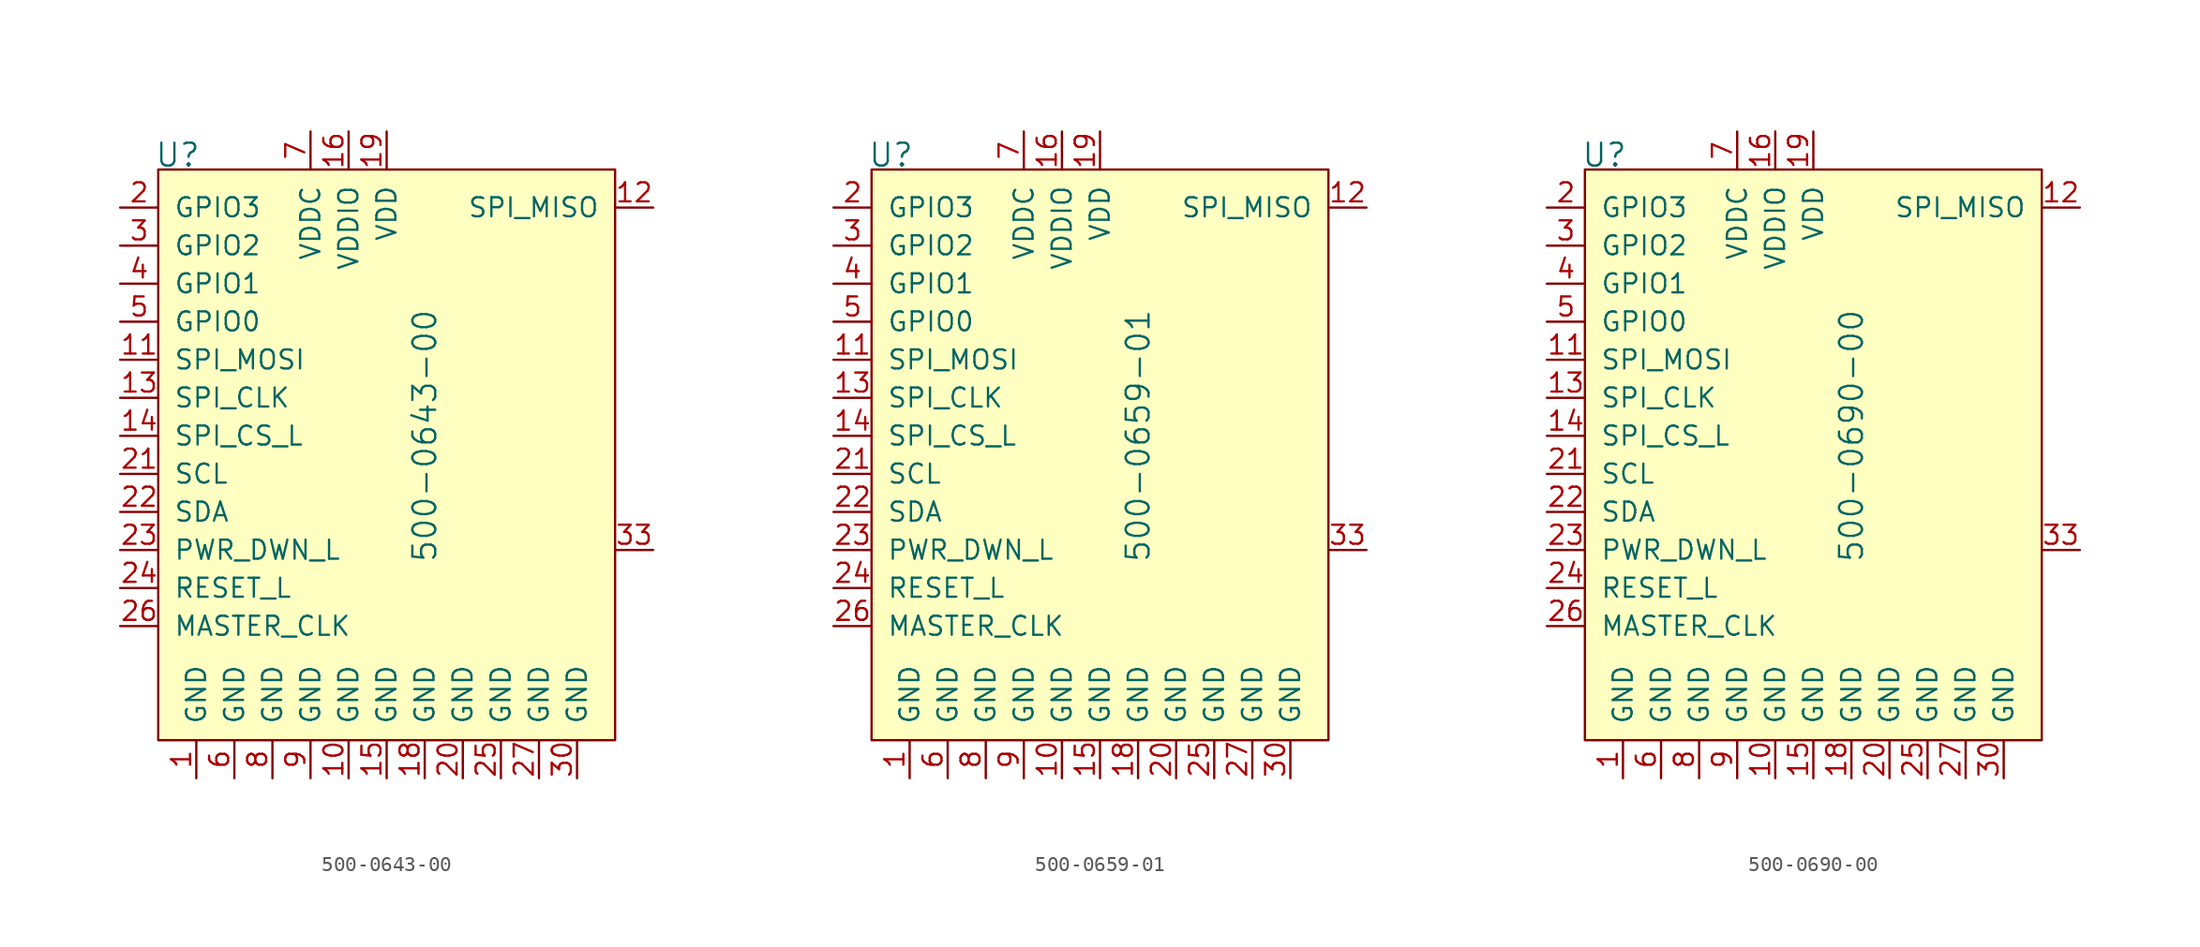
<source format=kicad_sym>
(kicad_symbol_lib
  (version 20220914)
  (generator kicad_symbol_editor)
  (symbol "500-0643-00"
    (pin_names
      (offset 1.016))
    (property "Reference" "U"
      (at -12.954 13.665 0)
      (effects (font (size 1.524 1.524)) (justify left)))
    (property "Value" "500-0643-00"
      (at 5.08 -5.08 90)
      (effects (font (size 1.524 1.524))))
    (symbol "500-0643-00_0_1"
      (rectangle (start -12.7 12.7) (end 17.78 -25.4) (stroke (width 0) (type default)) (fill (type background))))
    (symbol "500-0643-00_1_1"
      (pin power_in line (at -10.16 -27.94 90) (length 2.54) (name "GND" (effects (font (size 1.27 1.27)))) (number "1" (effects (font (size 1.27 1.27)))))
      (pin power_in line (at 0 -27.94 90) (length 2.54) (name "GND" (effects (font (size 1.27 1.27)))) (number "10" (effects (font (size 1.27 1.27)))))
      (pin input line (at -15.24 0 0) (length 2.54) (name "SPI_MOSI" (effects (font (size 1.27 1.27)))) (number "11" (effects (font (size 1.27 1.27)))))
      (pin output line (at 20.32 10.16 180) (length 2.54) (name "SPI_MISO" (effects (font (size 1.27 1.27)))) (number "12" (effects (font (size 1.27 1.27)))))
      (pin input line (at -15.24 -2.54 0) (length 2.54) (name "SPI_CLK" (effects (font (size 1.27 1.27)))) (number "13" (effects (font (size 1.27 1.27)))))
      (pin input line (at -15.24 -5.08 0) (length 2.54) (name "SPI_CS_L" (effects (font (size 1.27 1.27)))) (number "14" (effects (font (size 1.27 1.27)))))
      (pin power_in line (at 2.54 -27.94 90) (length 2.54) (name "GND" (effects (font (size 1.27 1.27)))) (number "15" (effects (font (size 1.27 1.27)))))
      (pin power_in line (at 0 15.24 270) (length 2.54) (name "VDDIO" (effects (font (size 1.27 1.27)))) (number "16" (effects (font (size 1.27 1.27)))))
      (pin no_connect line (at 17.78 -7.62 180) (length 2.54) hide (name "NC" (effects (font (size 1.27 1.27)))) (number "17" (effects (font (size 1.27 1.27)))))
      (pin power_in line (at 5.08 -27.94 90) (length 2.54) (name "GND" (effects (font (size 1.27 1.27)))) (number "18" (effects (font (size 1.27 1.27)))))
      (pin power_in line (at 2.54 15.24 270) (length 2.54) (name "VDD" (effects (font (size 1.27 1.27)))) (number "19" (effects (font (size 1.27 1.27)))))
      (pin bidirectional line (at -15.24 10.16 0) (length 2.54) (name "GPIO3" (effects (font (size 1.27 1.27)))) (number "2" (effects (font (size 1.27 1.27)))))
      (pin power_in line (at 7.62 -27.94 90) (length 2.54) (name "GND" (effects (font (size 1.27 1.27)))) (number "20" (effects (font (size 1.27 1.27)))))
      (pin input line (at -15.24 -7.62 0) (length 2.54) (name "SCL" (effects (font (size 1.27 1.27)))) (number "21" (effects (font (size 1.27 1.27)))))
      (pin bidirectional line (at -15.24 -10.16 0) (length 2.54) (name "SDA" (effects (font (size 1.27 1.27)))) (number "22" (effects (font (size 1.27 1.27)))))
      (pin input line (at -15.24 -12.7 0) (length 2.54) (name "PWR_DWN_L" (effects (font (size 1.27 1.27)))) (number "23" (effects (font (size 1.27 1.27)))))
      (pin input line (at -15.24 -15.24 0) (length 2.54) (name "RESET_L" (effects (font (size 1.27 1.27)))) (number "24" (effects (font (size 1.27 1.27)))))
      (pin power_in line (at 10.16 -27.94 90) (length 2.54) (name "GND" (effects (font (size 1.27 1.27)))) (number "25" (effects (font (size 1.27 1.27)))))
      (pin input line (at -15.24 -17.78 0) (length 2.54) (name "MASTER_CLK" (effects (font (size 1.27 1.27)))) (number "26" (effects (font (size 1.27 1.27)))))
      (pin power_in line (at 12.7 -27.94 90) (length 2.54) (name "GND" (effects (font (size 1.27 1.27)))) (number "27" (effects (font (size 1.27 1.27)))))
      (pin no_connect line (at 17.78 5.08 180) (length 2.54) hide (name "RES" (effects (font (size 1.27 1.27)))) (number "28" (effects (font (size 1.27 1.27)))))
      (pin no_connect line (at 17.78 2.54 180) (length 2.54) hide (name "RES" (effects (font (size 1.27 1.27)))) (number "29" (effects (font (size 1.27 1.27)))))
      (pin bidirectional line (at -15.24 7.62 0) (length 2.54) (name "GPIO2" (effects (font (size 1.27 1.27)))) (number "3" (effects (font (size 1.27 1.27)))))
      (pin power_in line (at 15.24 -27.94 90) (length 2.54) (name "GND" (effects (font (size 1.27 1.27)))) (number "30" (effects (font (size 1.27 1.27)))))
      (pin no_connect line (at 17.78 0 180) (length 2.54) hide (name "RES" (effects (font (size 1.27 1.27)))) (number "31" (effects (font (size 1.27 1.27)))))
      (pin no_connect line (at 17.78 -2.54 180) (length 2.54) hide (name "RES" (effects (font (size 1.27 1.27)))) (number "32" (effects (font (size 1.27 1.27)))))
      (pin unspecified line (at 20.32 -12.7 180) (length 2.54) (name "~" (effects (font (size 1.27 1.27)))) (number "33" (effects (font (size 1.27 1.27)))))
      (pin bidirectional line (at -15.24 5.08 0) (length 2.54) (name "GPIO1" (effects (font (size 1.27 1.27)))) (number "4" (effects (font (size 1.27 1.27)))))
      (pin bidirectional line (at -15.24 2.54 0) (length 2.54) (name "GPIO0" (effects (font (size 1.27 1.27)))) (number "5" (effects (font (size 1.27 1.27)))))
      (pin power_in line (at -7.62 -27.94 90) (length 2.54) (name "GND" (effects (font (size 1.27 1.27)))) (number "6" (effects (font (size 1.27 1.27)))))
      (pin power_in line (at -2.54 15.24 270) (length 2.54) (name "VDDC" (effects (font (size 1.27 1.27)))) (number "7" (effects (font (size 1.27 1.27)))))
      (pin power_in line (at -5.08 -27.94 90) (length 2.54) (name "GND" (effects (font (size 1.27 1.27)))) (number "8" (effects (font (size 1.27 1.27)))))
      (pin power_in line (at -2.54 -27.94 90) (length 2.54) (name "GND" (effects (font (size 1.27 1.27)))) (number "9" (effects (font (size 1.27 1.27)))))))
  (symbol "500-0659-01"
    (pin_names
      (offset 1.016))
    (property "Reference" "U"
      (at -12.954 13.665 0)
      (effects (font (size 1.524 1.524)) (justify left)))
    (property "Value" "500-0659-01"
      (at 5.08 -5.08 90)
      (effects (font (size 1.524 1.524))))
    (symbol "500-0659-01_0_1"
      (rectangle (start -12.7 12.7) (end 17.78 -25.4) (stroke (width 0) (type default)) (fill (type background))))
    (symbol "500-0659-01_1_1"
      (pin power_in line (at -10.16 -27.94 90) (length 2.54) (name "GND" (effects (font (size 1.27 1.27)))) (number "1" (effects (font (size 1.27 1.27)))))
      (pin power_in line (at 0 -27.94 90) (length 2.54) (name "GND" (effects (font (size 1.27 1.27)))) (number "10" (effects (font (size 1.27 1.27)))))
      (pin input line (at -15.24 0 0) (length 2.54) (name "SPI_MOSI" (effects (font (size 1.27 1.27)))) (number "11" (effects (font (size 1.27 1.27)))))
      (pin output line (at 20.32 10.16 180) (length 2.54) (name "SPI_MISO" (effects (font (size 1.27 1.27)))) (number "12" (effects (font (size 1.27 1.27)))))
      (pin input line (at -15.24 -2.54 0) (length 2.54) (name "SPI_CLK" (effects (font (size 1.27 1.27)))) (number "13" (effects (font (size 1.27 1.27)))))
      (pin input line (at -15.24 -5.08 0) (length 2.54) (name "SPI_CS_L" (effects (font (size 1.27 1.27)))) (number "14" (effects (font (size 1.27 1.27)))))
      (pin power_in line (at 2.54 -27.94 90) (length 2.54) (name "GND" (effects (font (size 1.27 1.27)))) (number "15" (effects (font (size 1.27 1.27)))))
      (pin power_in line (at 0 15.24 270) (length 2.54) (name "VDDIO" (effects (font (size 1.27 1.27)))) (number "16" (effects (font (size 1.27 1.27)))))
      (pin no_connect line (at 17.78 -7.62 180) (length 2.54) hide (name "NC" (effects (font (size 1.27 1.27)))) (number "17" (effects (font (size 1.27 1.27)))))
      (pin power_in line (at 5.08 -27.94 90) (length 2.54) (name "GND" (effects (font (size 1.27 1.27)))) (number "18" (effects (font (size 1.27 1.27)))))
      (pin power_in line (at 2.54 15.24 270) (length 2.54) (name "VDD" (effects (font (size 1.27 1.27)))) (number "19" (effects (font (size 1.27 1.27)))))
      (pin bidirectional line (at -15.24 10.16 0) (length 2.54) (name "GPIO3" (effects (font (size 1.27 1.27)))) (number "2" (effects (font (size 1.27 1.27)))))
      (pin power_in line (at 7.62 -27.94 90) (length 2.54) (name "GND" (effects (font (size 1.27 1.27)))) (number "20" (effects (font (size 1.27 1.27)))))
      (pin input line (at -15.24 -7.62 0) (length 2.54) (name "SCL" (effects (font (size 1.27 1.27)))) (number "21" (effects (font (size 1.27 1.27)))))
      (pin bidirectional line (at -15.24 -10.16 0) (length 2.54) (name "SDA" (effects (font (size 1.27 1.27)))) (number "22" (effects (font (size 1.27 1.27)))))
      (pin input line (at -15.24 -12.7 0) (length 2.54) (name "PWR_DWN_L" (effects (font (size 1.27 1.27)))) (number "23" (effects (font (size 1.27 1.27)))))
      (pin input line (at -15.24 -15.24 0) (length 2.54) (name "RESET_L" (effects (font (size 1.27 1.27)))) (number "24" (effects (font (size 1.27 1.27)))))
      (pin power_in line (at 10.16 -27.94 90) (length 2.54) (name "GND" (effects (font (size 1.27 1.27)))) (number "25" (effects (font (size 1.27 1.27)))))
      (pin input line (at -15.24 -17.78 0) (length 2.54) (name "MASTER_CLK" (effects (font (size 1.27 1.27)))) (number "26" (effects (font (size 1.27 1.27)))))
      (pin power_in line (at 12.7 -27.94 90) (length 2.54) (name "GND" (effects (font (size 1.27 1.27)))) (number "27" (effects (font (size 1.27 1.27)))))
      (pin no_connect line (at 17.78 5.08 180) (length 2.54) hide (name "RES" (effects (font (size 1.27 1.27)))) (number "28" (effects (font (size 1.27 1.27)))))
      (pin no_connect line (at 17.78 2.54 180) (length 2.54) hide (name "RES" (effects (font (size 1.27 1.27)))) (number "29" (effects (font (size 1.27 1.27)))))
      (pin bidirectional line (at -15.24 7.62 0) (length 2.54) (name "GPIO2" (effects (font (size 1.27 1.27)))) (number "3" (effects (font (size 1.27 1.27)))))
      (pin power_in line (at 15.24 -27.94 90) (length 2.54) (name "GND" (effects (font (size 1.27 1.27)))) (number "30" (effects (font (size 1.27 1.27)))))
      (pin no_connect line (at 17.78 0 180) (length 2.54) hide (name "RES" (effects (font (size 1.27 1.27)))) (number "31" (effects (font (size 1.27 1.27)))))
      (pin no_connect line (at 17.78 -2.54 180) (length 2.54) hide (name "RES" (effects (font (size 1.27 1.27)))) (number "32" (effects (font (size 1.27 1.27)))))
      (pin unspecified line (at 20.32 -12.7 180) (length 2.54) (name "~" (effects (font (size 1.27 1.27)))) (number "33" (effects (font (size 1.27 1.27)))))
      (pin bidirectional line (at -15.24 5.08 0) (length 2.54) (name "GPIO1" (effects (font (size 1.27 1.27)))) (number "4" (effects (font (size 1.27 1.27)))))
      (pin bidirectional line (at -15.24 2.54 0) (length 2.54) (name "GPIO0" (effects (font (size 1.27 1.27)))) (number "5" (effects (font (size 1.27 1.27)))))
      (pin power_in line (at -7.62 -27.94 90) (length 2.54) (name "GND" (effects (font (size 1.27 1.27)))) (number "6" (effects (font (size 1.27 1.27)))))
      (pin power_in line (at -2.54 15.24 270) (length 2.54) (name "VDDC" (effects (font (size 1.27 1.27)))) (number "7" (effects (font (size 1.27 1.27)))))
      (pin power_in line (at -5.08 -27.94 90) (length 2.54) (name "GND" (effects (font (size 1.27 1.27)))) (number "8" (effects (font (size 1.27 1.27)))))
      (pin power_in line (at -2.54 -27.94 90) (length 2.54) (name "GND" (effects (font (size 1.27 1.27)))) (number "9" (effects (font (size 1.27 1.27)))))))
  (symbol "500-0690-00"
    (pin_names
      (offset 1.016))
    (property "Reference" "U"
      (at -12.954 13.665 0)
      (effects (font (size 1.524 1.524)) (justify left)))
    (property "Value" "500-0690-00"
      (at 5.08 -5.08 90)
      (effects (font (size 1.524 1.524))))
    (symbol "500-0690-00_0_1"
      (rectangle (start -12.7 12.7) (end 17.78 -25.4) (stroke (width 0) (type default)) (fill (type background))))
    (symbol "500-0690-00_1_1"
      (pin power_in line (at -10.16 -27.94 90) (length 2.54) (name "GND" (effects (font (size 1.27 1.27)))) (number "1" (effects (font (size 1.27 1.27)))))
      (pin power_in line (at 0 -27.94 90) (length 2.54) (name "GND" (effects (font (size 1.27 1.27)))) (number "10" (effects (font (size 1.27 1.27)))))
      (pin input line (at -15.24 0 0) (length 2.54) (name "SPI_MOSI" (effects (font (size 1.27 1.27)))) (number "11" (effects (font (size 1.27 1.27)))))
      (pin output line (at 20.32 10.16 180) (length 2.54) (name "SPI_MISO" (effects (font (size 1.27 1.27)))) (number "12" (effects (font (size 1.27 1.27)))))
      (pin input line (at -15.24 -2.54 0) (length 2.54) (name "SPI_CLK" (effects (font (size 1.27 1.27)))) (number "13" (effects (font (size 1.27 1.27)))))
      (pin input line (at -15.24 -5.08 0) (length 2.54) (name "SPI_CS_L" (effects (font (size 1.27 1.27)))) (number "14" (effects (font (size 1.27 1.27)))))
      (pin power_in line (at 2.54 -27.94 90) (length 2.54) (name "GND" (effects (font (size 1.27 1.27)))) (number "15" (effects (font (size 1.27 1.27)))))
      (pin power_in line (at 0 15.24 270) (length 2.54) (name "VDDIO" (effects (font (size 1.27 1.27)))) (number "16" (effects (font (size 1.27 1.27)))))
      (pin no_connect line (at 17.78 -7.62 180) (length 2.54) hide (name "NC" (effects (font (size 1.27 1.27)))) (number "17" (effects (font (size 1.27 1.27)))))
      (pin power_in line (at 5.08 -27.94 90) (length 2.54) (name "GND" (effects (font (size 1.27 1.27)))) (number "18" (effects (font (size 1.27 1.27)))))
      (pin power_in line (at 2.54 15.24 270) (length 2.54) (name "VDD" (effects (font (size 1.27 1.27)))) (number "19" (effects (font (size 1.27 1.27)))))
      (pin bidirectional line (at -15.24 10.16 0) (length 2.54) (name "GPIO3" (effects (font (size 1.27 1.27)))) (number "2" (effects (font (size 1.27 1.27)))))
      (pin power_in line (at 7.62 -27.94 90) (length 2.54) (name "GND" (effects (font (size 1.27 1.27)))) (number "20" (effects (font (size 1.27 1.27)))))
      (pin input line (at -15.24 -7.62 0) (length 2.54) (name "SCL" (effects (font (size 1.27 1.27)))) (number "21" (effects (font (size 1.27 1.27)))))
      (pin bidirectional line (at -15.24 -10.16 0) (length 2.54) (name "SDA" (effects (font (size 1.27 1.27)))) (number "22" (effects (font (size 1.27 1.27)))))
      (pin input line (at -15.24 -12.7 0) (length 2.54) (name "PWR_DWN_L" (effects (font (size 1.27 1.27)))) (number "23" (effects (font (size 1.27 1.27)))))
      (pin input line (at -15.24 -15.24 0) (length 2.54) (name "RESET_L" (effects (font (size 1.27 1.27)))) (number "24" (effects (font (size 1.27 1.27)))))
      (pin power_in line (at 10.16 -27.94 90) (length 2.54) (name "GND" (effects (font (size 1.27 1.27)))) (number "25" (effects (font (size 1.27 1.27)))))
      (pin input line (at -15.24 -17.78 0) (length 2.54) (name "MASTER_CLK" (effects (font (size 1.27 1.27)))) (number "26" (effects (font (size 1.27 1.27)))))
      (pin power_in line (at 12.7 -27.94 90) (length 2.54) (name "GND" (effects (font (size 1.27 1.27)))) (number "27" (effects (font (size 1.27 1.27)))))
      (pin no_connect line (at 17.78 5.08 180) (length 2.54) hide (name "RES" (effects (font (size 1.27 1.27)))) (number "28" (effects (font (size 1.27 1.27)))))
      (pin no_connect line (at 17.78 2.54 180) (length 2.54) hide (name "RES" (effects (font (size 1.27 1.27)))) (number "29" (effects (font (size 1.27 1.27)))))
      (pin bidirectional line (at -15.24 7.62 0) (length 2.54) (name "GPIO2" (effects (font (size 1.27 1.27)))) (number "3" (effects (font (size 1.27 1.27)))))
      (pin power_in line (at 15.24 -27.94 90) (length 2.54) (name "GND" (effects (font (size 1.27 1.27)))) (number "30" (effects (font (size 1.27 1.27)))))
      (pin no_connect line (at 17.78 0 180) (length 2.54) hide (name "RES" (effects (font (size 1.27 1.27)))) (number "31" (effects (font (size 1.27 1.27)))))
      (pin no_connect line (at 17.78 -2.54 180) (length 2.54) hide (name "RES" (effects (font (size 1.27 1.27)))) (number "32" (effects (font (size 1.27 1.27)))))
      (pin unspecified line (at 20.32 -12.7 180) (length 2.54) (name "~" (effects (font (size 1.27 1.27)))) (number "33" (effects (font (size 1.27 1.27)))))
      (pin bidirectional line (at -15.24 5.08 0) (length 2.54) (name "GPIO1" (effects (font (size 1.27 1.27)))) (number "4" (effects (font (size 1.27 1.27)))))
      (pin bidirectional line (at -15.24 2.54 0) (length 2.54) (name "GPIO0" (effects (font (size 1.27 1.27)))) (number "5" (effects (font (size 1.27 1.27)))))
      (pin power_in line (at -7.62 -27.94 90) (length 2.54) (name "GND" (effects (font (size 1.27 1.27)))) (number "6" (effects (font (size 1.27 1.27)))))
      (pin power_in line (at -2.54 15.24 270) (length 2.54) (name "VDDC" (effects (font (size 1.27 1.27)))) (number "7" (effects (font (size 1.27 1.27)))))
      (pin power_in line (at -5.08 -27.94 90) (length 2.54) (name "GND" (effects (font (size 1.27 1.27)))) (number "8" (effects (font (size 1.27 1.27)))))
      (pin power_in line (at -2.54 -27.94 90) (length 2.54) (name "GND" (effects (font (size 1.27 1.27)))) (number "9" (effects (font (size 1.27 1.27))))))))
</source>
